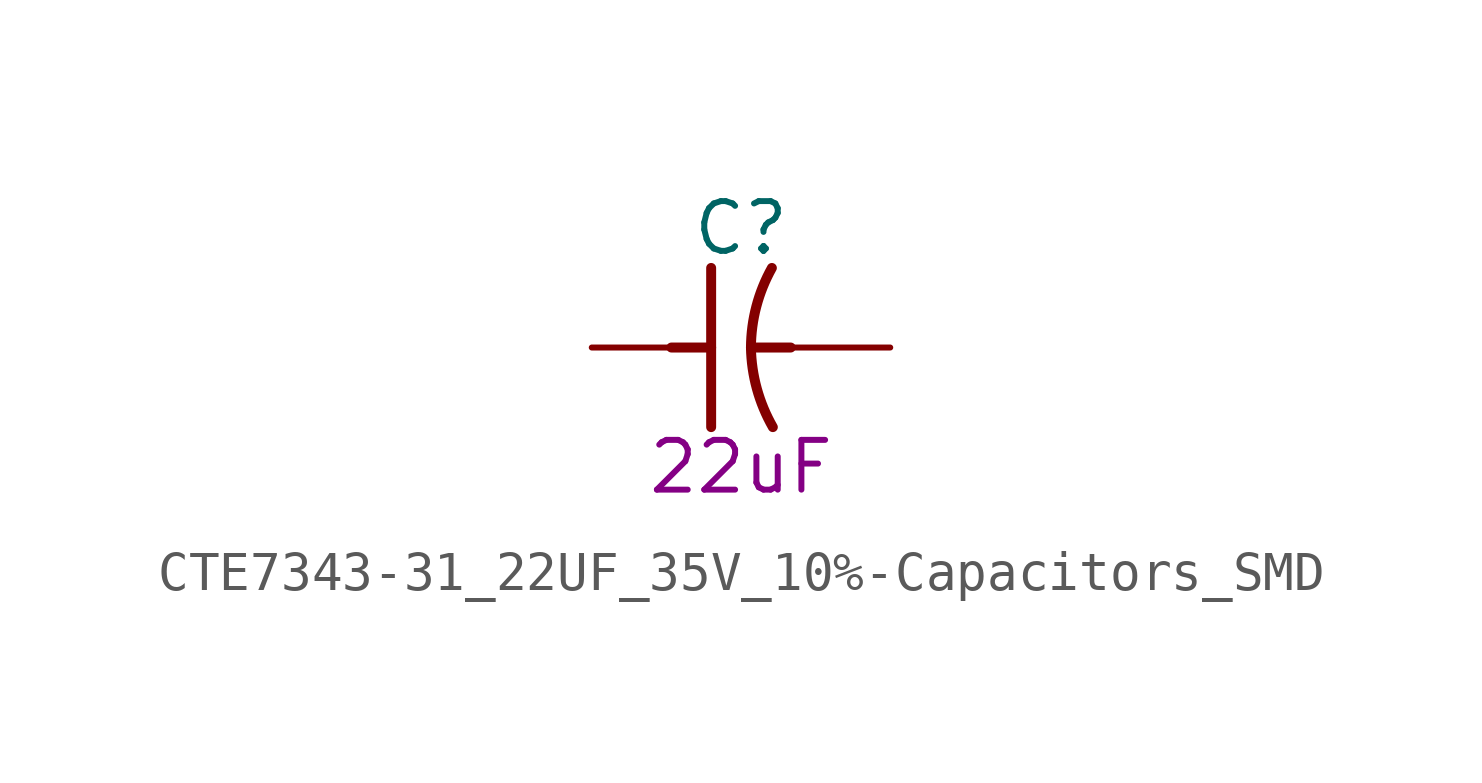
<source format=kicad_sym>
(kicad_symbol_lib
  (version 20200126)
  (host kicad_symbol_editor "(5.99.0-2809-gaceed2b0a4)")
  (symbol "LCD_Board-rescue:CTE7343-31_22UF_35V_10%-Capacitors_SMD"
    (pin_names
      (offset 1.27))
    (property "Reference" "C"
      (at 3.81 3.048 0)
      (effects (font (size 1.27 1.27))))
    (property "Val" "22uF"
      (at 3.81 -3.048 0)
      (effects (font (size 1.27 1.27))))
    (property "ki_locked" ""
      (at 0 0 0)
      (effects (font (size 1.27 1.27))))
    (symbol "CTE7343-31_22UF_35V_10%-Capacitors_SMD_0_1"
      (arc (start 4.064 0) (end 4.5974 2.032) (radius (at 8.128 0) (length 4.064) (angles 180 150)) (stroke (width 0.254)) (fill (type none)))
      (arc (start 4.6228 -2.032) (end 4.064 0) (radius (at 8.128 0) (length 4.064) (angles -149.9 180)) (stroke (width 0.254)) (fill (type none)))
      (text "+" (at 2.54 0.762 900) (effects (font (size 1.27 1.27)) (justify left bottom) hide))
      (polyline (pts (xy 2.032 0) (xy 3.048 0)) (stroke (width 0.254)) (fill (type none)))
      (polyline (pts (xy 3.048 2.032) (xy 3.048 -2.032)) (stroke (width 0.254)) (fill (type none)))
      (polyline (pts (xy 4.064 0) (xy 5.08 0)) (stroke (width 0.254)) (fill (type none)))
      (pin passive line (at 0 0 0) (length 2.54) (name "1" (effects (font (size 0 0)))) (number "1" (effects (font (size 0 0)))))
      (pin passive line (at 7.62 0 180) (length 2.54) (name "2" (effects (font (size 0 0)))) (number "2" (effects (font (size 0 0))))))))
</source>
